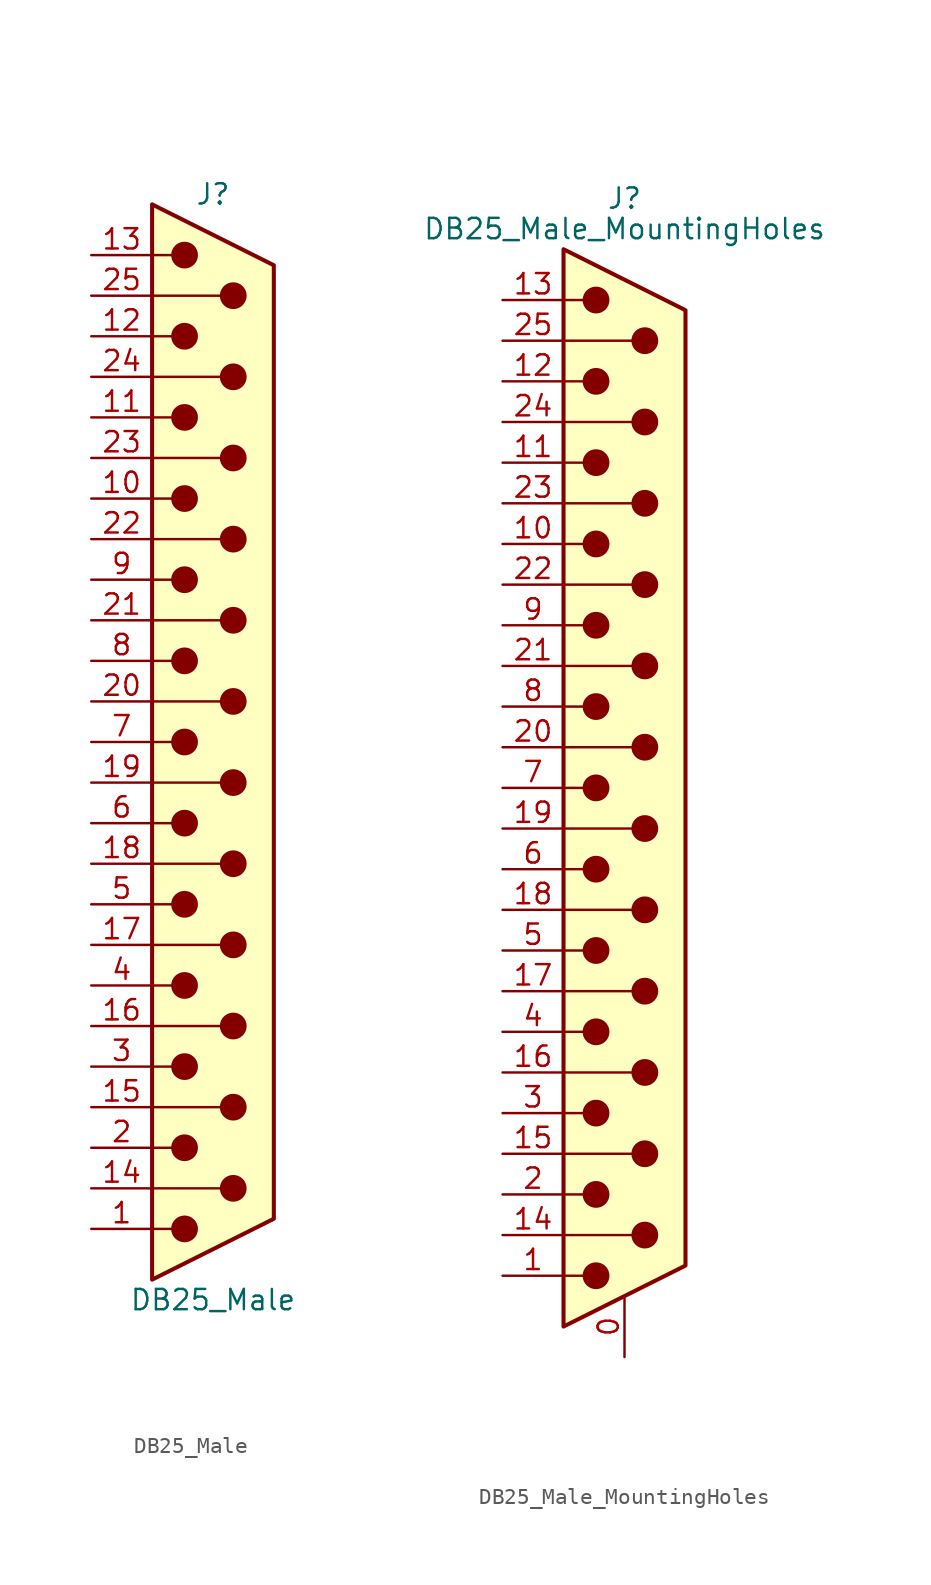
<source format=kicad_sym>
(kicad_symbol_lib
  (version 20201005)
  (generator kicad_symbol_editor)
  (symbol "Connector:DB25_Male"
    (pin_names
      (offset 1.016) hide)
    (property "Reference" "J"
      (at 0 34.29 0)
      (effects (font (size 1.27 1.27))))
    (property "Value" "DB25_Male"
      (at 0 -34.925 0)
      (effects (font (size 1.27 1.27))))
    (symbol "DB25_Male_0_1"
      (circle (center -1.778 -30.48) (radius 0.762) (stroke (width 0)) (fill (type outline)))
      (circle (center -1.778 -25.4) (radius 0.762) (stroke (width 0)) (fill (type outline)))
      (circle (center -1.778 -20.32) (radius 0.762) (stroke (width 0)) (fill (type outline)))
      (circle (center -1.778 -15.24) (radius 0.762) (stroke (width 0)) (fill (type outline)))
      (circle (center -1.778 -10.16) (radius 0.762) (stroke (width 0)) (fill (type outline)))
      (circle (center -1.778 -5.08) (radius 0.762) (stroke (width 0)) (fill (type outline)))
      (circle (center -1.778 0) (radius 0.762) (stroke (width 0)) (fill (type outline)))
      (circle (center -1.778 5.08) (radius 0.762) (stroke (width 0)) (fill (type outline)))
      (circle (center -1.778 10.16) (radius 0.762) (stroke (width 0)) (fill (type outline)))
      (circle (center -1.778 15.24) (radius 0.762) (stroke (width 0)) (fill (type outline)))
      (circle (center -1.778 20.32) (radius 0.762) (stroke (width 0)) (fill (type outline)))
      (circle (center -1.778 25.4) (radius 0.762) (stroke (width 0)) (fill (type outline)))
      (circle (center -1.778 30.48) (radius 0.762) (stroke (width 0)) (fill (type outline)))
      (circle (center 1.27 -27.94) (radius 0.762) (stroke (width 0)) (fill (type outline)))
      (circle (center 1.27 -22.86) (radius 0.762) (stroke (width 0)) (fill (type outline)))
      (circle (center 1.27 -17.78) (radius 0.762) (stroke (width 0)) (fill (type outline)))
      (circle (center 1.27 -12.7) (radius 0.762) (stroke (width 0)) (fill (type outline)))
      (circle (center 1.27 -7.62) (radius 0.762) (stroke (width 0)) (fill (type outline)))
      (circle (center 1.27 -2.54) (radius 0.762) (stroke (width 0)) (fill (type outline)))
      (circle (center 1.27 2.54) (radius 0.762) (stroke (width 0)) (fill (type outline)))
      (circle (center 1.27 7.62) (radius 0.762) (stroke (width 0)) (fill (type outline)))
      (circle (center 1.27 12.7) (radius 0.762) (stroke (width 0)) (fill (type outline)))
      (circle (center 1.27 17.78) (radius 0.762) (stroke (width 0)) (fill (type outline)))
      (circle (center 1.27 22.86) (radius 0.762) (stroke (width 0)) (fill (type outline)))
      (circle (center 1.27 27.94) (radius 0.762) (stroke (width 0)) (fill (type outline)))
      (polyline (pts (xy -3.81 -30.48) (xy -2.54 -30.48)) (stroke (width 0)) (fill (type none)))
      (polyline (pts (xy -3.81 -27.94) (xy 0.508 -27.94)) (stroke (width 0)) (fill (type none)))
      (polyline (pts (xy -3.81 -25.4) (xy -2.54 -25.4)) (stroke (width 0)) (fill (type none)))
      (polyline (pts (xy -3.81 -22.86) (xy 0.508 -22.86)) (stroke (width 0)) (fill (type none)))
      (polyline (pts (xy -3.81 -20.32) (xy -2.54 -20.32)) (stroke (width 0)) (fill (type none)))
      (polyline (pts (xy -3.81 -17.78) (xy 0.508 -17.78)) (stroke (width 0)) (fill (type none)))
      (polyline (pts (xy -3.81 -15.24) (xy -2.54 -15.24)) (stroke (width 0)) (fill (type none)))
      (polyline (pts (xy -3.81 -12.7) (xy 0.508 -12.7)) (stroke (width 0)) (fill (type none)))
      (polyline (pts (xy -3.81 -10.16) (xy -2.54 -10.16)) (stroke (width 0)) (fill (type none)))
      (polyline (pts (xy -3.81 -7.62) (xy 0.508 -7.62)) (stroke (width 0)) (fill (type none)))
      (polyline (pts (xy -3.81 -5.08) (xy -2.54 -5.08)) (stroke (width 0)) (fill (type none)))
      (polyline (pts (xy -3.81 -2.54) (xy 0.508 -2.54)) (stroke (width 0)) (fill (type none)))
      (polyline (pts (xy -3.81 0) (xy -2.54 0)) (stroke (width 0)) (fill (type none)))
      (polyline (pts (xy -3.81 2.54) (xy 0.508 2.54)) (stroke (width 0)) (fill (type none)))
      (polyline (pts (xy -3.81 5.08) (xy -2.54 5.08)) (stroke (width 0)) (fill (type none)))
      (polyline (pts (xy -3.81 7.62) (xy 0.508 7.62)) (stroke (width 0)) (fill (type none)))
      (polyline (pts (xy -3.81 10.16) (xy -2.54 10.16)) (stroke (width 0)) (fill (type none)))
      (polyline (pts (xy -3.81 12.7) (xy 0.508 12.7)) (stroke (width 0)) (fill (type none)))
      (polyline (pts (xy -3.81 15.24) (xy -2.54 15.24)) (stroke (width 0)) (fill (type none)))
      (polyline (pts (xy -3.81 17.78) (xy 0.508 17.78)) (stroke (width 0)) (fill (type none)))
      (polyline (pts (xy -3.81 20.32) (xy -2.54 20.32)) (stroke (width 0)) (fill (type none)))
      (polyline (pts (xy -3.81 22.86) (xy 0.508 22.86)) (stroke (width 0)) (fill (type none)))
      (polyline (pts (xy -3.81 25.4) (xy -2.54 25.4)) (stroke (width 0)) (fill (type none)))
      (polyline (pts (xy -3.81 27.94) (xy 0.508 27.94)) (stroke (width 0)) (fill (type none)))
      (polyline (pts (xy -3.81 30.48) (xy -2.54 30.48)) (stroke (width 0)) (fill (type none)))
      (polyline (pts (xy -3.81 -33.655) (xy 3.81 -29.845) (xy 3.81 29.845) (xy -3.81 33.655) (xy -3.81 -33.655)) (stroke (width 0.254)) (fill (type background))))
    (symbol "DB25_Male_1_1"
      (pin passive line (at -7.62 -30.48 0) (length 3.81) (name "1" (effects (font (size 1.27 1.27)))) (number "1" (effects (font (size 1.27 1.27)))))
      (pin passive line (at -7.62 15.24 0) (length 3.81) (name "10" (effects (font (size 1.27 1.27)))) (number "10" (effects (font (size 1.27 1.27)))))
      (pin passive line (at -7.62 20.32 0) (length 3.81) (name "11" (effects (font (size 1.27 1.27)))) (number "11" (effects (font (size 1.27 1.27)))))
      (pin passive line (at -7.62 25.4 0) (length 3.81) (name "12" (effects (font (size 1.27 1.27)))) (number "12" (effects (font (size 1.27 1.27)))))
      (pin passive line (at -7.62 30.48 0) (length 3.81) (name "13" (effects (font (size 1.27 1.27)))) (number "13" (effects (font (size 1.27 1.27)))))
      (pin passive line (at -7.62 -27.94 0) (length 3.81) (name "P14" (effects (font (size 1.27 1.27)))) (number "14" (effects (font (size 1.27 1.27)))))
      (pin passive line (at -7.62 -22.86 0) (length 3.81) (name "P15" (effects (font (size 1.27 1.27)))) (number "15" (effects (font (size 1.27 1.27)))))
      (pin passive line (at -7.62 -17.78 0) (length 3.81) (name "P16" (effects (font (size 1.27 1.27)))) (number "16" (effects (font (size 1.27 1.27)))))
      (pin passive line (at -7.62 -12.7 0) (length 3.81) (name "P17" (effects (font (size 1.27 1.27)))) (number "17" (effects (font (size 1.27 1.27)))))
      (pin passive line (at -7.62 -7.62 0) (length 3.81) (name "P18" (effects (font (size 1.27 1.27)))) (number "18" (effects (font (size 1.27 1.27)))))
      (pin passive line (at -7.62 -2.54 0) (length 3.81) (name "P19" (effects (font (size 1.27 1.27)))) (number "19" (effects (font (size 1.27 1.27)))))
      (pin passive line (at -7.62 -25.4 0) (length 3.81) (name "2" (effects (font (size 1.27 1.27)))) (number "2" (effects (font (size 1.27 1.27)))))
      (pin passive line (at -7.62 2.54 0) (length 3.81) (name "P20" (effects (font (size 1.27 1.27)))) (number "20" (effects (font (size 1.27 1.27)))))
      (pin passive line (at -7.62 7.62 0) (length 3.81) (name "P21" (effects (font (size 1.27 1.27)))) (number "21" (effects (font (size 1.27 1.27)))))
      (pin passive line (at -7.62 12.7 0) (length 3.81) (name "P22" (effects (font (size 1.27 1.27)))) (number "22" (effects (font (size 1.27 1.27)))))
      (pin passive line (at -7.62 17.78 0) (length 3.81) (name "P23" (effects (font (size 1.27 1.27)))) (number "23" (effects (font (size 1.27 1.27)))))
      (pin passive line (at -7.62 22.86 0) (length 3.81) (name "P24" (effects (font (size 1.27 1.27)))) (number "24" (effects (font (size 1.27 1.27)))))
      (pin passive line (at -7.62 27.94 0) (length 3.81) (name "P25" (effects (font (size 1.27 1.27)))) (number "25" (effects (font (size 1.27 1.27)))))
      (pin passive line (at -7.62 -20.32 0) (length 3.81) (name "3" (effects (font (size 1.27 1.27)))) (number "3" (effects (font (size 1.27 1.27)))))
      (pin passive line (at -7.62 -15.24 0) (length 3.81) (name "4" (effects (font (size 1.27 1.27)))) (number "4" (effects (font (size 1.27 1.27)))))
      (pin passive line (at -7.62 -10.16 0) (length 3.81) (name "5" (effects (font (size 1.27 1.27)))) (number "5" (effects (font (size 1.27 1.27)))))
      (pin passive line (at -7.62 -5.08 0) (length 3.81) (name "6" (effects (font (size 1.27 1.27)))) (number "6" (effects (font (size 1.27 1.27)))))
      (pin passive line (at -7.62 0 0) (length 3.81) (name "7" (effects (font (size 1.27 1.27)))) (number "7" (effects (font (size 1.27 1.27)))))
      (pin passive line (at -7.62 5.08 0) (length 3.81) (name "8" (effects (font (size 1.27 1.27)))) (number "8" (effects (font (size 1.27 1.27)))))
      (pin passive line (at -7.62 10.16 0) (length 3.81) (name "9" (effects (font (size 1.27 1.27)))) (number "9" (effects (font (size 1.27 1.27)))))))
  (symbol "Connector:DB25_Male_MountingHoles"
    (pin_names
      (offset 1.016) hide)
    (property "Reference" "J"
      (at 0 36.83 0)
      (effects (font (size 1.27 1.27))))
    (property "Value" "DB25_Male_MountingHoles"
      (at 0 34.925 0)
      (effects (font (size 1.27 1.27))))
    (symbol "DB25_Male_MountingHoles_0_1"
      (circle (center -1.778 -30.48) (radius 0.762) (stroke (width 0)) (fill (type outline)))
      (circle (center -1.778 -25.4) (radius 0.762) (stroke (width 0)) (fill (type outline)))
      (circle (center -1.778 -20.32) (radius 0.762) (stroke (width 0)) (fill (type outline)))
      (circle (center -1.778 -15.24) (radius 0.762) (stroke (width 0)) (fill (type outline)))
      (circle (center -1.778 -10.16) (radius 0.762) (stroke (width 0)) (fill (type outline)))
      (circle (center -1.778 -5.08) (radius 0.762) (stroke (width 0)) (fill (type outline)))
      (circle (center -1.778 0) (radius 0.762) (stroke (width 0)) (fill (type outline)))
      (circle (center -1.778 5.08) (radius 0.762) (stroke (width 0)) (fill (type outline)))
      (circle (center -1.778 10.16) (radius 0.762) (stroke (width 0)) (fill (type outline)))
      (circle (center -1.778 15.24) (radius 0.762) (stroke (width 0)) (fill (type outline)))
      (circle (center -1.778 20.32) (radius 0.762) (stroke (width 0)) (fill (type outline)))
      (circle (center -1.778 25.4) (radius 0.762) (stroke (width 0)) (fill (type outline)))
      (circle (center -1.778 30.48) (radius 0.762) (stroke (width 0)) (fill (type outline)))
      (circle (center 1.27 -27.94) (radius 0.762) (stroke (width 0)) (fill (type outline)))
      (circle (center 1.27 -22.86) (radius 0.762) (stroke (width 0)) (fill (type outline)))
      (circle (center 1.27 -17.78) (radius 0.762) (stroke (width 0)) (fill (type outline)))
      (circle (center 1.27 -12.7) (radius 0.762) (stroke (width 0)) (fill (type outline)))
      (circle (center 1.27 -7.62) (radius 0.762) (stroke (width 0)) (fill (type outline)))
      (circle (center 1.27 -2.54) (radius 0.762) (stroke (width 0)) (fill (type outline)))
      (circle (center 1.27 2.54) (radius 0.762) (stroke (width 0)) (fill (type outline)))
      (circle (center 1.27 7.62) (radius 0.762) (stroke (width 0)) (fill (type outline)))
      (circle (center 1.27 12.7) (radius 0.762) (stroke (width 0)) (fill (type outline)))
      (circle (center 1.27 17.78) (radius 0.762) (stroke (width 0)) (fill (type outline)))
      (circle (center 1.27 22.86) (radius 0.762) (stroke (width 0)) (fill (type outline)))
      (circle (center 1.27 27.94) (radius 0.762) (stroke (width 0)) (fill (type outline)))
      (polyline (pts (xy -3.81 -30.48) (xy -2.54 -30.48)) (stroke (width 0)) (fill (type none)))
      (polyline (pts (xy -3.81 -27.94) (xy 0.508 -27.94)) (stroke (width 0)) (fill (type none)))
      (polyline (pts (xy -3.81 -25.4) (xy -2.54 -25.4)) (stroke (width 0)) (fill (type none)))
      (polyline (pts (xy -3.81 -22.86) (xy 0.508 -22.86)) (stroke (width 0)) (fill (type none)))
      (polyline (pts (xy -3.81 -20.32) (xy -2.54 -20.32)) (stroke (width 0)) (fill (type none)))
      (polyline (pts (xy -3.81 -17.78) (xy 0.508 -17.78)) (stroke (width 0)) (fill (type none)))
      (polyline (pts (xy -3.81 -15.24) (xy -2.54 -15.24)) (stroke (width 0)) (fill (type none)))
      (polyline (pts (xy -3.81 -12.7) (xy 0.508 -12.7)) (stroke (width 0)) (fill (type none)))
      (polyline (pts (xy -3.81 -10.16) (xy -2.54 -10.16)) (stroke (width 0)) (fill (type none)))
      (polyline (pts (xy -3.81 -7.62) (xy 0.508 -7.62)) (stroke (width 0)) (fill (type none)))
      (polyline (pts (xy -3.81 -5.08) (xy -2.54 -5.08)) (stroke (width 0)) (fill (type none)))
      (polyline (pts (xy -3.81 -2.54) (xy 0.508 -2.54)) (stroke (width 0)) (fill (type none)))
      (polyline (pts (xy -3.81 0) (xy -2.54 0)) (stroke (width 0)) (fill (type none)))
      (polyline (pts (xy -3.81 2.54) (xy 0.508 2.54)) (stroke (width 0)) (fill (type none)))
      (polyline (pts (xy -3.81 5.08) (xy -2.54 5.08)) (stroke (width 0)) (fill (type none)))
      (polyline (pts (xy -3.81 7.62) (xy 0.508 7.62)) (stroke (width 0)) (fill (type none)))
      (polyline (pts (xy -3.81 10.16) (xy -2.54 10.16)) (stroke (width 0)) (fill (type none)))
      (polyline (pts (xy -3.81 12.7) (xy 0.508 12.7)) (stroke (width 0)) (fill (type none)))
      (polyline (pts (xy -3.81 15.24) (xy -2.54 15.24)) (stroke (width 0)) (fill (type none)))
      (polyline (pts (xy -3.81 17.78) (xy 0.508 17.78)) (stroke (width 0)) (fill (type none)))
      (polyline (pts (xy -3.81 20.32) (xy -2.54 20.32)) (stroke (width 0)) (fill (type none)))
      (polyline (pts (xy -3.81 22.86) (xy 0.508 22.86)) (stroke (width 0)) (fill (type none)))
      (polyline (pts (xy -3.81 25.4) (xy -2.54 25.4)) (stroke (width 0)) (fill (type none)))
      (polyline (pts (xy -3.81 27.94) (xy 0.508 27.94)) (stroke (width 0)) (fill (type none)))
      (polyline (pts (xy -3.81 30.48) (xy -2.54 30.48)) (stroke (width 0)) (fill (type none)))
      (polyline (pts (xy -3.81 -33.655) (xy 3.81 -29.845) (xy 3.81 29.845) (xy -3.81 33.655) (xy -3.81 -33.655)) (stroke (width 0.254)) (fill (type background))))
    (symbol "DB25_Male_MountingHoles_1_1"
      (pin passive line (at 0 -35.56 90) (length 3.81) (name "PAD" (effects (font (size 1.27 1.27)))) (number "0" (effects (font (size 1.27 1.27)))))
      (pin passive line (at -7.62 -30.48 0) (length 3.81) (name "1" (effects (font (size 1.27 1.27)))) (number "1" (effects (font (size 1.27 1.27)))))
      (pin passive line (at -7.62 15.24 0) (length 3.81) (name "10" (effects (font (size 1.27 1.27)))) (number "10" (effects (font (size 1.27 1.27)))))
      (pin passive line (at -7.62 20.32 0) (length 3.81) (name "11" (effects (font (size 1.27 1.27)))) (number "11" (effects (font (size 1.27 1.27)))))
      (pin passive line (at -7.62 25.4 0) (length 3.81) (name "12" (effects (font (size 1.27 1.27)))) (number "12" (effects (font (size 1.27 1.27)))))
      (pin passive line (at -7.62 30.48 0) (length 3.81) (name "13" (effects (font (size 1.27 1.27)))) (number "13" (effects (font (size 1.27 1.27)))))
      (pin passive line (at -7.62 -27.94 0) (length 3.81) (name "P14" (effects (font (size 1.27 1.27)))) (number "14" (effects (font (size 1.27 1.27)))))
      (pin passive line (at -7.62 -22.86 0) (length 3.81) (name "P15" (effects (font (size 1.27 1.27)))) (number "15" (effects (font (size 1.27 1.27)))))
      (pin passive line (at -7.62 -17.78 0) (length 3.81) (name "P16" (effects (font (size 1.27 1.27)))) (number "16" (effects (font (size 1.27 1.27)))))
      (pin passive line (at -7.62 -12.7 0) (length 3.81) (name "P17" (effects (font (size 1.27 1.27)))) (number "17" (effects (font (size 1.27 1.27)))))
      (pin passive line (at -7.62 -7.62 0) (length 3.81) (name "P18" (effects (font (size 1.27 1.27)))) (number "18" (effects (font (size 1.27 1.27)))))
      (pin passive line (at -7.62 -2.54 0) (length 3.81) (name "P19" (effects (font (size 1.27 1.27)))) (number "19" (effects (font (size 1.27 1.27)))))
      (pin passive line (at -7.62 -25.4 0) (length 3.81) (name "2" (effects (font (size 1.27 1.27)))) (number "2" (effects (font (size 1.27 1.27)))))
      (pin passive line (at -7.62 2.54 0) (length 3.81) (name "P20" (effects (font (size 1.27 1.27)))) (number "20" (effects (font (size 1.27 1.27)))))
      (pin passive line (at -7.62 7.62 0) (length 3.81) (name "P21" (effects (font (size 1.27 1.27)))) (number "21" (effects (font (size 1.27 1.27)))))
      (pin passive line (at -7.62 12.7 0) (length 3.81) (name "P22" (effects (font (size 1.27 1.27)))) (number "22" (effects (font (size 1.27 1.27)))))
      (pin passive line (at -7.62 17.78 0) (length 3.81) (name "P23" (effects (font (size 1.27 1.27)))) (number "23" (effects (font (size 1.27 1.27)))))
      (pin passive line (at -7.62 22.86 0) (length 3.81) (name "P24" (effects (font (size 1.27 1.27)))) (number "24" (effects (font (size 1.27 1.27)))))
      (pin passive line (at -7.62 27.94 0) (length 3.81) (name "P25" (effects (font (size 1.27 1.27)))) (number "25" (effects (font (size 1.27 1.27)))))
      (pin passive line (at -7.62 -20.32 0) (length 3.81) (name "3" (effects (font (size 1.27 1.27)))) (number "3" (effects (font (size 1.27 1.27)))))
      (pin passive line (at -7.62 -15.24 0) (length 3.81) (name "4" (effects (font (size 1.27 1.27)))) (number "4" (effects (font (size 1.27 1.27)))))
      (pin passive line (at -7.62 -10.16 0) (length 3.81) (name "5" (effects (font (size 1.27 1.27)))) (number "5" (effects (font (size 1.27 1.27)))))
      (pin passive line (at -7.62 -5.08 0) (length 3.81) (name "6" (effects (font (size 1.27 1.27)))) (number "6" (effects (font (size 1.27 1.27)))))
      (pin passive line (at -7.62 0 0) (length 3.81) (name "7" (effects (font (size 1.27 1.27)))) (number "7" (effects (font (size 1.27 1.27)))))
      (pin passive line (at -7.62 5.08 0) (length 3.81) (name "8" (effects (font (size 1.27 1.27)))) (number "8" (effects (font (size 1.27 1.27)))))
      (pin passive line (at -7.62 10.16 0) (length 3.81) (name "9" (effects (font (size 1.27 1.27)))) (number "9" (effects (font (size 1.27 1.27))))))))
</source>
